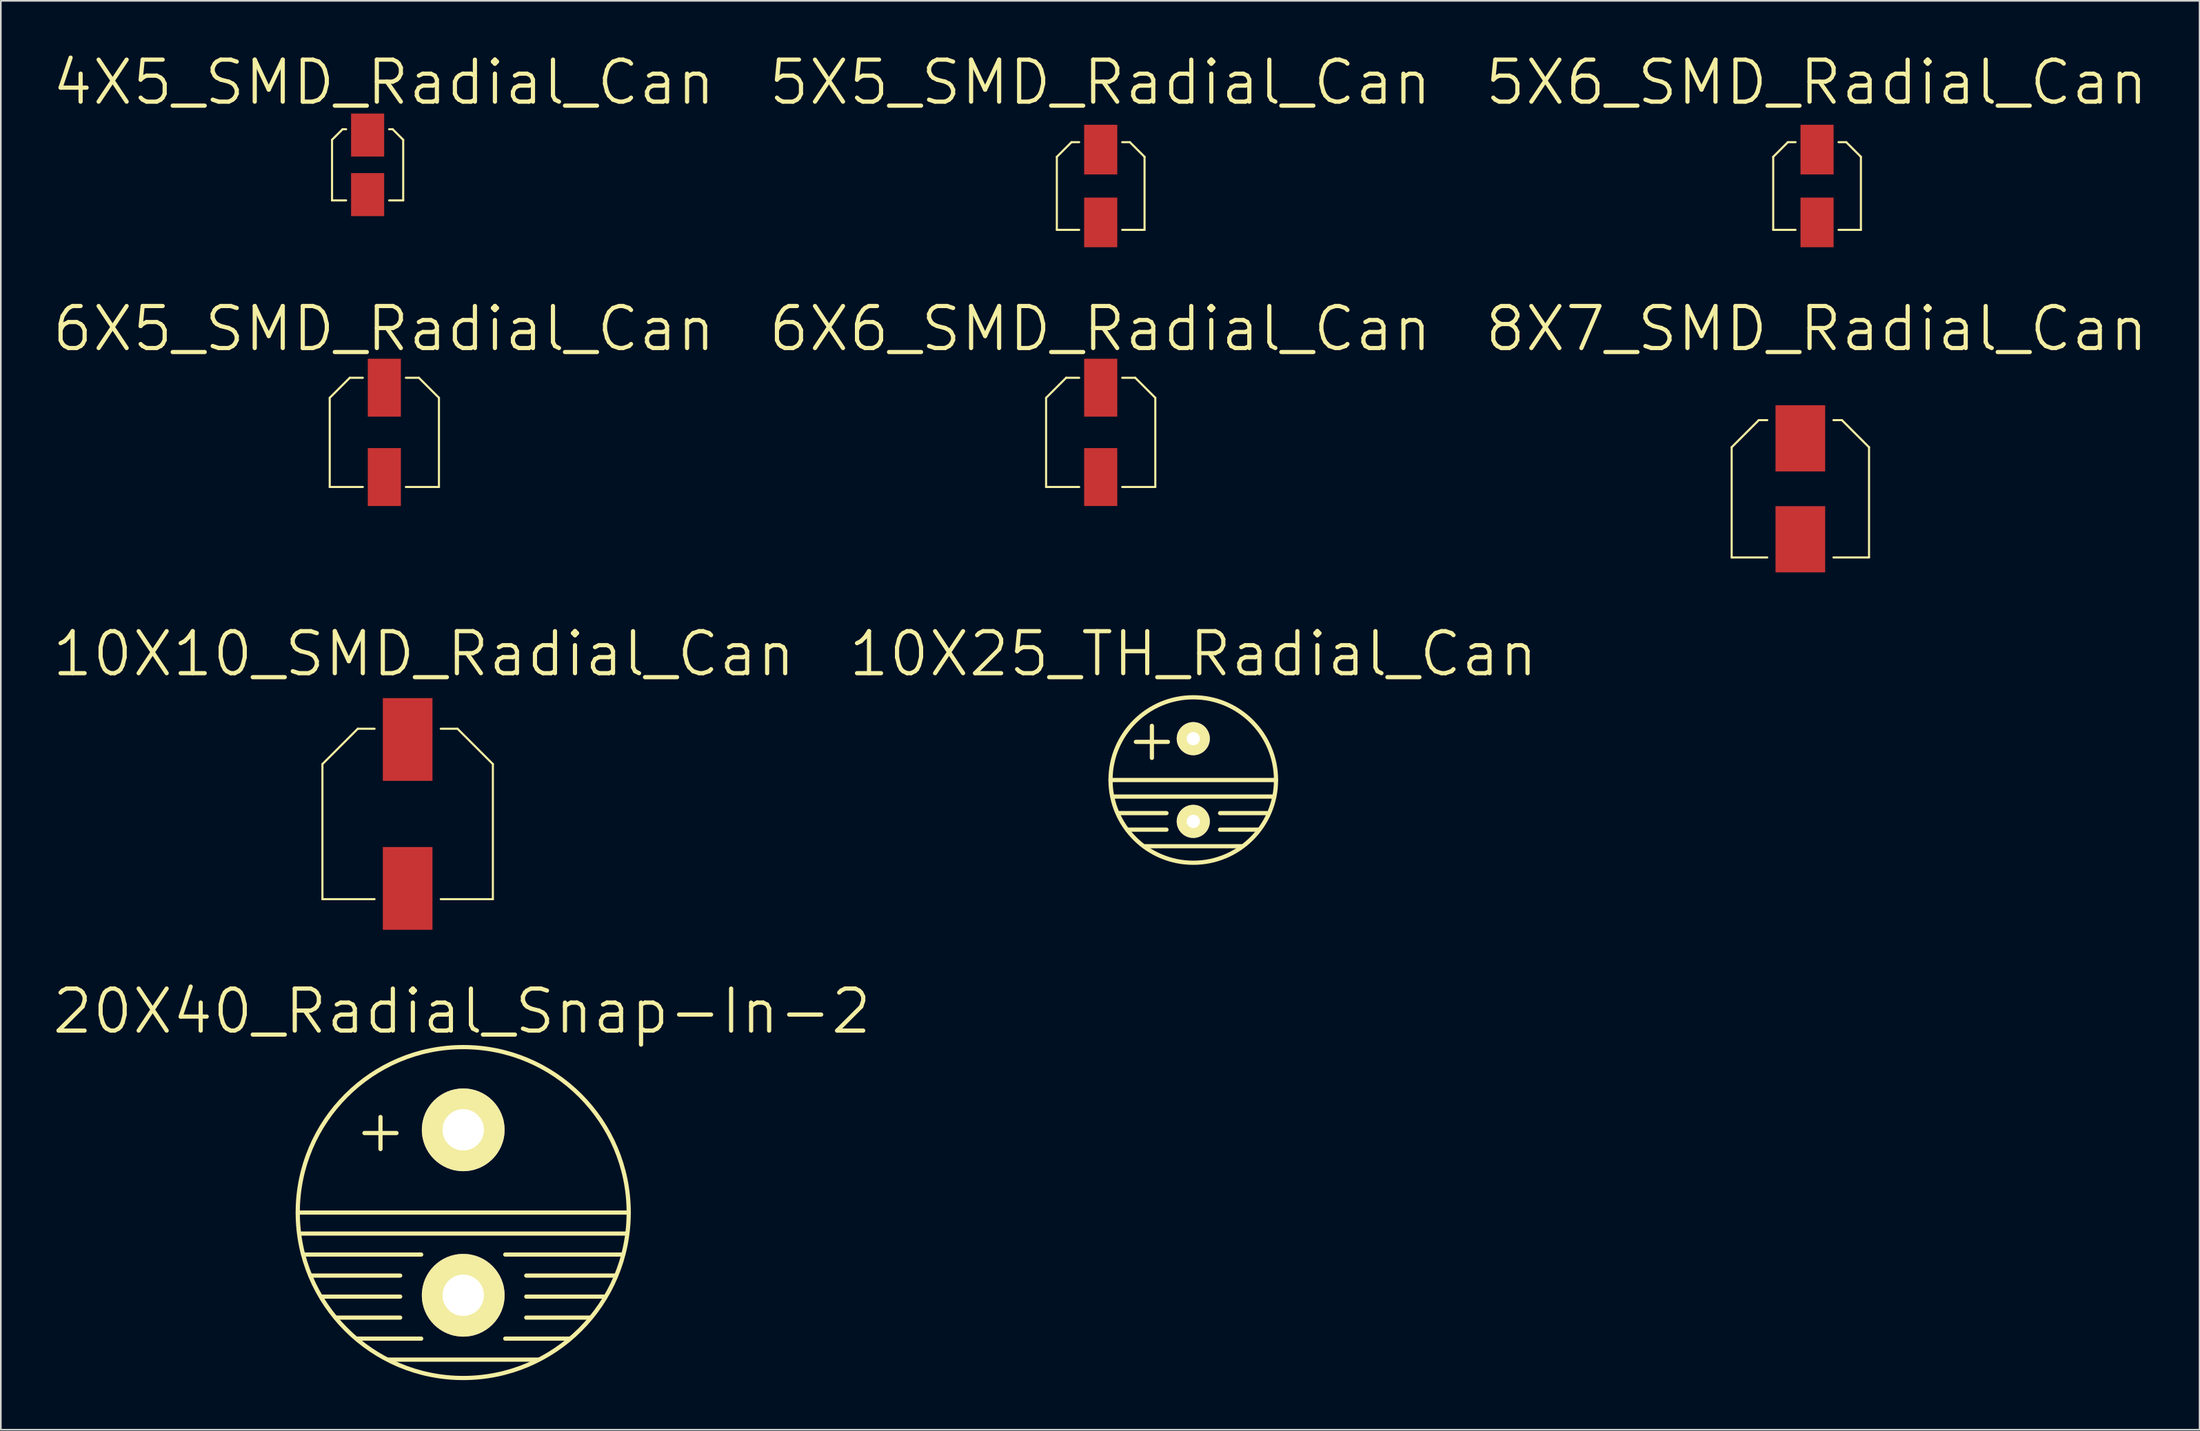
<source format=kicad_pcb>
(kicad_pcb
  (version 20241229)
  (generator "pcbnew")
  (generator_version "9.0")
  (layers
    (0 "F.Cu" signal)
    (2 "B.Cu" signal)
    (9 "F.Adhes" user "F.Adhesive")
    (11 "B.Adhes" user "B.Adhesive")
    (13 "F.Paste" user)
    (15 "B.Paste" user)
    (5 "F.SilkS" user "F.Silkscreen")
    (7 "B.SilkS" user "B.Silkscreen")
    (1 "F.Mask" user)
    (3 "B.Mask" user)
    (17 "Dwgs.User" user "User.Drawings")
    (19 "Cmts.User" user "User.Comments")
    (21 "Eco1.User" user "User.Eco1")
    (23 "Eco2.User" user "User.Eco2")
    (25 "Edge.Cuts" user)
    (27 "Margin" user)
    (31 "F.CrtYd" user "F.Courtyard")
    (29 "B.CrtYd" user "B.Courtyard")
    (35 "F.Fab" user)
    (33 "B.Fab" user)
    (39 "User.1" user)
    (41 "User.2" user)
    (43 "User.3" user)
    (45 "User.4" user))
  (footprint "10X25_TH_Radial_Can"
    (layer "F.Cu")
    (at 69.058 44.095)
    (property "Reference" "10X25_TH_Radial_Can" (at 0 -7.62 0) (layer "F.SilkS") (effects (font (size 2.54 2.54) (thickness 0.254))))
    (attr through_hole)
    (fp_line (start -5 0) (end 5 0) (stroke (width 0.254) (type solid)) (layer "F.SilkS"))
    (fp_line (start -4.84 1) (end 4.84 1) (stroke (width 0.254) (type solid)) (layer "F.SilkS"))
    (fp_line (start -4.5 2) (end -1.62 2) (stroke (width 0.254) (type solid)) (layer "F.SilkS"))
    (fp_line (start -3.95 3) (end -1.62 3) (stroke (width 0.254) (type solid)) (layer "F.SilkS"))
    (fp_line (start -2.91 4) (end 2.91 4) (stroke (width 0.254) (type solid)) (layer "F.SilkS"))
    (fp_line (start 1.62 2) (end 4.46 2) (stroke (width 0.254) (type solid)) (layer "F.SilkS"))
    (fp_line (start 1.62 3) (end 3.95 3) (stroke (width 0.254) (type solid)) (layer "F.SilkS"))
    (fp_circle (center 0 0) (end 5 0) (stroke (width 0.254) (type solid)) (fill no) (layer "F.SilkS"))
    (fp_text user "+" (at -2.5 -2.5 0) (layer "F.SilkS") (effects (font (size 2.54 2.54) (thickness 0.254))))
    (pad "1" thru_hole circle (at 0 -2.5) (size 2 2) (drill 0.8) (layers "*.Cu" "*.Mask" "F.SilkS"))
    (pad "2" thru_hole circle (at 0 2.5) (size 2 2) (drill 0.8) (layers "*.Cu" "*.Mask" "F.SilkS")))
  (footprint "5X6_SMD_Radial_Can"
    (layer "F.Cu")
    (at 106.753 8.192)
    (property "Reference" "5X6_SMD_Radial_Can" (at -0.03 -6.26 0) (layer "F.SilkS") (effects (font (size 2.54 2.54) (thickness 0.254))))
    (attr through_hole)
    (fp_line (start -2.65 -1.763) (end -2.65 2.65) (stroke (width 0.127) (type solid)) (layer "F.SilkS"))
    (fp_line (start -2.65 2.65) (end -1.3 2.65) (stroke (width 0.127) (type solid)) (layer "F.SilkS"))
    (fp_line (start -1.763 -2.65) (end -2.65 -1.763) (stroke (width 0.127) (type solid)) (layer "F.SilkS"))
    (fp_line (start -1.763 -2.65) (end -1.3 -2.65) (stroke (width 0.127) (type solid)) (layer "F.SilkS"))
    (fp_line (start 1.3 2.65) (end 2.65 2.65) (stroke (width 0.127) (type solid)) (layer "F.SilkS"))
    (fp_line (start 1.763 -2.65) (end 1.3 -2.65) (stroke (width 0.127) (type solid)) (layer "F.SilkS"))
    (fp_line (start 2.65 -1.763) (end 1.763 -2.65) (stroke (width 0.127) (type solid)) (layer "F.SilkS"))
    (fp_line (start 2.65 2.65) (end 2.65 -1.763) (stroke (width 0.127) (type solid)) (layer "F.SilkS"))
    (pad "1" smd rect (at 0 -2.2) (size 2 3) (layers "F.Cu" "F.Mask" "F.Paste"))
    (pad "2" smd rect (at 0 2.2) (size 2 3) (layers "F.Cu" "F.Mask" "F.Paste")))
  (footprint "5X5_SMD_Radial_Can"
    (layer "F.Cu")
    (at 63.464 8.192)
    (property "Reference" "5X5_SMD_Radial_Can" (at -0.03 -6.26 0) (layer "F.SilkS") (effects (font (size 2.54 2.54) (thickness 0.254))))
    (attr through_hole)
    (fp_line (start -2.65 -1.763) (end -2.65 2.65) (stroke (width 0.127) (type solid)) (layer "F.SilkS"))
    (fp_line (start -2.65 2.65) (end -1.3 2.65) (stroke (width 0.127) (type solid)) (layer "F.SilkS"))
    (fp_line (start -1.763 -2.65) (end -2.65 -1.763) (stroke (width 0.127) (type solid)) (layer "F.SilkS"))
    (fp_line (start -1.763 -2.65) (end -1.3 -2.65) (stroke (width 0.127) (type solid)) (layer "F.SilkS"))
    (fp_line (start 1.3 2.65) (end 2.65 2.65) (stroke (width 0.127) (type solid)) (layer "F.SilkS"))
    (fp_line (start 1.763 -2.65) (end 1.3 -2.65) (stroke (width 0.127) (type solid)) (layer "F.SilkS"))
    (fp_line (start 2.65 -1.763) (end 1.763 -2.65) (stroke (width 0.127) (type solid)) (layer "F.SilkS"))
    (fp_line (start 2.65 2.65) (end 2.65 -1.763) (stroke (width 0.127) (type solid)) (layer "F.SilkS"))
    (pad "1" smd rect (at 0 -2.2) (size 2 3) (layers "F.Cu" "F.Mask" "F.Paste"))
    (pad "2" smd rect (at 0 2.2) (size 2 3) (layers "F.Cu" "F.Mask" "F.Paste")))
  (footprint "4X5_SMD_Radial_Can"
    (layer "F.Cu")
    (at 19.165 6.912)
    (property "Reference" "4X5_SMD_Radial_Can" (at 0.98 -4.98 0) (layer "F.SilkS") (effects (font (size 2.54 2.54) (thickness 0.254))))
    (attr through_hole)
    (fp_line (start -2.15 -1.513) (end -2.15 2.15) (stroke (width 0.127) (type solid)) (layer "F.SilkS"))
    (fp_line (start -2.15 2.15) (end -1.3 2.15) (stroke (width 0.127) (type solid)) (layer "F.SilkS"))
    (fp_line (start -1.513 -2.15) (end -2.15 -1.513) (stroke (width 0.127) (type solid)) (layer "F.SilkS"))
    (fp_line (start -1.513 -2.15) (end -1.3 -2.15) (stroke (width 0.127) (type solid)) (layer "F.SilkS"))
    (fp_line (start 1.513 -2.15) (end 1.3 -2.15) (stroke (width 0.127) (type solid)) (layer "F.SilkS"))
    (fp_line (start 1.513 -2.15) (end 2.15 -1.513) (stroke (width 0.127) (type solid)) (layer "F.SilkS"))
    (fp_line (start 2.15 2.15) (end 1.3 2.15) (stroke (width 0.127) (type solid)) (layer "F.SilkS"))
    (fp_line (start 2.15 2.15) (end 2.15 -1.513) (stroke (width 0.127) (type solid)) (layer "F.SilkS"))
    (pad "1" smd rect (at 0 -1.8) (size 2 2.6) (layers "F.Cu" "F.Mask" "F.Paste"))
    (pad "2" smd rect (at 0 1.8) (size 2 2.6) (layers "F.Cu" "F.Mask" "F.Paste")))
  (footprint "6X5_SMD_Radial_Can"
    (layer "F.Cu")
    (at 20.175 23.083)
    (property "Reference" "6X5_SMD_Radial_Can" (at -0.03 -6.26 0) (layer "F.SilkS") (effects (font (size 2.54 2.54) (thickness 0.254))))
    (attr through_hole)
    (fp_line (start -3.3 -2.088) (end -3.3 3.3) (stroke (width 0.127) (type solid)) (layer "F.SilkS"))
    (fp_line (start -3.3 3.3) (end -1.3 3.3) (stroke (width 0.127) (type solid)) (layer "F.SilkS"))
    (fp_line (start -2.088 -3.3) (end -3.3 -2.088) (stroke (width 0.127) (type solid)) (layer "F.SilkS"))
    (fp_line (start -2.088 -3.3) (end -1.3 -3.3) (stroke (width 0.127) (type solid)) (layer "F.SilkS"))
    (fp_line (start 1.3 3.3) (end 3.3 3.3) (stroke (width 0.127) (type solid)) (layer "F.SilkS"))
    (fp_line (start 2.088 -3.3) (end 1.3 -3.3) (stroke (width 0.127) (type solid)) (layer "F.SilkS"))
    (fp_line (start 3.3 -2.088) (end 2.088 -3.3) (stroke (width 0.127) (type solid)) (layer "F.SilkS"))
    (fp_line (start 3.3 3.3) (end 3.3 -2.088) (stroke (width 0.127) (type solid)) (layer "F.SilkS"))
    (pad "1" smd rect (at 0 -2.7) (size 2 3.5) (layers "F.Cu" "F.Mask" "F.Paste"))
    (pad "2" smd rect (at 0 2.7) (size 2 3.5) (layers "F.Cu" "F.Mask" "F.Paste")))
  (footprint "20X40_Radial_Snap-In-2"
    (layer "F.Cu")
    (at 24.942 70.237)
    (property "Reference" "20X40_Radial_Snap-In-2" (at -0.08 -12.16 0) (layer "F.SilkS") (effects (font (size 2.54 2.54) (thickness 0.254))))
    (attr through_hole)
    (fp_line (start -10 0) (end 10 0) (stroke (width 0.254) (type solid)) (layer "F.SilkS"))
    (fp_line (start -9.85 1.27) (end 9.85 1.27) (stroke (width 0.254) (type solid)) (layer "F.SilkS"))
    (fp_line (start -9.67 2.54) (end -2.54 2.54) (stroke (width 0.254) (type solid)) (layer "F.SilkS"))
    (fp_line (start -9.22 3.81) (end -3.81 3.81) (stroke (width 0.254) (type solid)) (layer "F.SilkS"))
    (fp_line (start -8.5 5.08) (end -3.81 5.08) (stroke (width 0.254) (type solid)) (layer "F.SilkS"))
    (fp_line (start -7.7 6.35) (end -3.81 6.35) (stroke (width 0.254) (type solid)) (layer "F.SilkS"))
    (fp_line (start -6.4 7.62) (end -2.54 7.62) (stroke (width 0.254) (type solid)) (layer "F.SilkS"))
    (fp_line (start -4.5 8.89) (end 4.5 8.89) (stroke (width 0.254) (type solid)) (layer "F.SilkS"))
    (fp_line (start 2.54 2.54) (end 9.6 2.54) (stroke (width 0.254) (type solid)) (layer "F.SilkS"))
    (fp_line (start 2.54 7.62) (end 6.4 7.62) (stroke (width 0.254) (type solid)) (layer "F.SilkS"))
    (fp_line (start 3.81 3.81) (end 9.22 3.81) (stroke (width 0.254) (type solid)) (layer "F.SilkS"))
    (fp_line (start 3.81 5.08) (end 8.5 5.08) (stroke (width 0.254) (type solid)) (layer "F.SilkS"))
    (fp_line (start 3.81 6.35) (end 7.7 6.35) (stroke (width 0.254) (type solid)) (layer "F.SilkS"))
    (fp_circle (center 0 0) (end 10 0) (stroke (width 0.254) (type solid)) (fill no) (layer "F.SilkS"))
    (fp_text user "+" (at -5 -5 0) (layer "F.SilkS") (effects (font (size 2.54 2.54) (thickness 0.254))))
    (pad "1" thru_hole circle (at 0 -5) (size 5 5) (drill 2.5) (layers "*.Cu" "*.Mask" "F.SilkS"))
    (pad "2" thru_hole circle (at 0 5) (size 5 5) (drill 2.5) (layers "*.Cu" "*.Mask" "F.SilkS")))
  (footprint "8X7_SMD_Radial_Can"
    (layer "F.Cu")
    (at 105.743 26.493)
    (property "Reference" "8X7_SMD_Radial_Can" (at 0.98 -9.67 0) (layer "F.SilkS") (effects (font (size 2.54 2.54) (thickness 0.254))))
    (attr through_hole)
    (fp_line (start -4.15 -2.512) (end -4.15 4.15) (stroke (width 0.127) (type solid)) (layer "F.SilkS"))
    (fp_line (start -4.15 4.15) (end -2 4.15) (stroke (width 0.127) (type solid)) (layer "F.SilkS"))
    (fp_line (start -2.512 -4.15) (end -4.15 -2.512) (stroke (width 0.127) (type solid)) (layer "F.SilkS"))
    (fp_line (start -2.512 -4.15) (end -2 -4.15) (stroke (width 0.127) (type solid)) (layer "F.SilkS"))
    (fp_line (start 2 4.15) (end 4.15 4.15) (stroke (width 0.127) (type solid)) (layer "F.SilkS"))
    (fp_line (start 2.512 -4.15) (end 2 -4.15) (stroke (width 0.127) (type solid)) (layer "F.SilkS"))
    (fp_line (start 4.15 -2.512) (end 2.512 -4.15) (stroke (width 0.127) (type solid)) (layer "F.SilkS"))
    (fp_line (start 4.15 4.15) (end 4.15 -2.512) (stroke (width 0.127) (type solid)) (layer "F.SilkS"))
    (pad "1" smd rect (at 0 -3.05) (size 3 4) (layers "F.Cu" "F.Mask" "F.Paste"))
    (pad "2" smd rect (at 0 3.05) (size 3 4) (layers "F.Cu" "F.Mask" "F.Paste")))
  (footprint "6X6_SMD_Radial_Can"
    (layer "F.Cu")
    (at 63.464 23.083)
    (property "Reference" "6X6_SMD_Radial_Can" (at -0.03 -6.26 0) (layer "F.SilkS") (effects (font (size 2.54 2.54) (thickness 0.254))))
    (attr through_hole)
    (fp_line (start -3.3 -2.088) (end -3.3 3.3) (stroke (width 0.127) (type solid)) (layer "F.SilkS"))
    (fp_line (start -3.3 3.3) (end -1.3 3.3) (stroke (width 0.127) (type solid)) (layer "F.SilkS"))
    (fp_line (start -2.088 -3.3) (end -3.3 -2.088) (stroke (width 0.127) (type solid)) (layer "F.SilkS"))
    (fp_line (start -2.088 -3.3) (end -1.3 -3.3) (stroke (width 0.127) (type solid)) (layer "F.SilkS"))
    (fp_line (start 1.3 3.3) (end 3.3 3.3) (stroke (width 0.127) (type solid)) (layer "F.SilkS"))
    (fp_line (start 2.088 -3.3) (end 1.3 -3.3) (stroke (width 0.127) (type solid)) (layer "F.SilkS"))
    (fp_line (start 3.3 -2.088) (end 2.088 -3.3) (stroke (width 0.127) (type solid)) (layer "F.SilkS"))
    (fp_line (start 3.3 3.3) (end 3.3 -2.088) (stroke (width 0.127) (type solid)) (layer "F.SilkS"))
    (pad "1" smd rect (at 0 -2.7) (size 2 3.5) (layers "F.Cu" "F.Mask" "F.Paste"))
    (pad "2" smd rect (at 0 2.7) (size 2 3.5) (layers "F.Cu" "F.Mask" "F.Paste")))
  (footprint "10X10_SMD_Radial_Can"
    (layer "F.Cu")
    (at 21.584 46.145)
    (property "Reference" "10X10_SMD_Radial_Can" (at 0.98 -9.67 0) (layer "F.SilkS") (effects (font (size 2.54 2.54) (thickness 0.254))))
    (attr through_hole)
    (fp_line (start -5.15 -3.013) (end -5.15 5.15) (stroke (width 0.127) (type solid)) (layer "F.SilkS"))
    (fp_line (start -5.15 5.15) (end -2 5.15) (stroke (width 0.127) (type solid)) (layer "F.SilkS"))
    (fp_line (start -3.013 -5.15) (end -5.15 -3.013) (stroke (width 0.127) (type solid)) (layer "F.SilkS"))
    (fp_line (start -3.013 -5.15) (end -2 -5.15) (stroke (width 0.127) (type solid)) (layer "F.SilkS"))
    (fp_line (start 2 5.15) (end 5.15 5.15) (stroke (width 0.127) (type solid)) (layer "F.SilkS"))
    (fp_line (start 3.013 -5.15) (end 2 -5.15) (stroke (width 0.127) (type solid)) (layer "F.SilkS"))
    (fp_line (start 5.15 -3.013) (end 3.013 -5.15) (stroke (width 0.127) (type solid)) (layer "F.SilkS"))
    (fp_line (start 5.15 5.15) (end 5.15 -3.013) (stroke (width 0.127) (type solid)) (layer "F.SilkS"))
    (pad "1" smd rect (at 0 -4.5) (size 3 5) (layers "F.Cu" "F.Mask" "F.Paste"))
    (pad "2" smd rect (at 0 4.5) (size 3 5) (layers "F.Cu" "F.Mask" "F.Paste")))
  (gr_rect
    (start -3 -3)
    (end 129.868 83.364)
    (stroke (width 0.1) (type default))
    (fill no)
    (layer "Edge.Cuts")))
</source>
